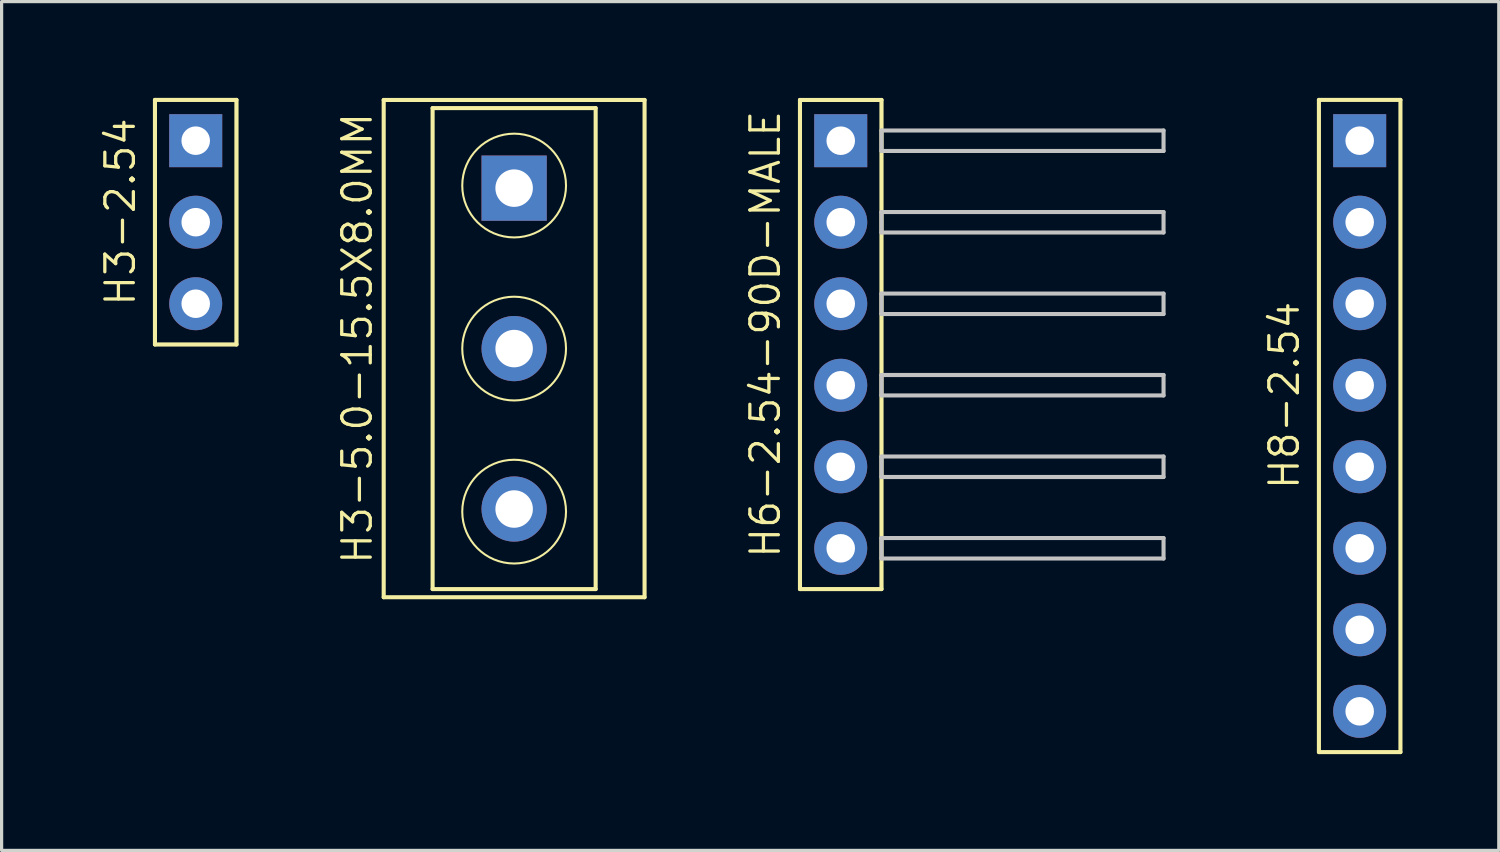
<source format=kicad_pcb>
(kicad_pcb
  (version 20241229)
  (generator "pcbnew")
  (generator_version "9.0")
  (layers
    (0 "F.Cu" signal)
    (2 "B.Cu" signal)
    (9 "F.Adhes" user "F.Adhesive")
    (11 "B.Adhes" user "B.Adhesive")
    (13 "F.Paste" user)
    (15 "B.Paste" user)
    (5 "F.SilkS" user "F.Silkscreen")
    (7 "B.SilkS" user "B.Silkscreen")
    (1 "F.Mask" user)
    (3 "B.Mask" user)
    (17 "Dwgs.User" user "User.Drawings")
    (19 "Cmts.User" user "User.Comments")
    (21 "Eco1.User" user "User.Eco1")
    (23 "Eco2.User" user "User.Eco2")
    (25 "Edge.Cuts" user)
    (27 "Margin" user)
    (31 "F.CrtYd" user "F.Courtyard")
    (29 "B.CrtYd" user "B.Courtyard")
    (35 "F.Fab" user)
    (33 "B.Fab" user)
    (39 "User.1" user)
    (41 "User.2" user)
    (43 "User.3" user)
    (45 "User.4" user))
  (footprint "H3-5.0-15.5X8.0MM"
    (layer "F.Cu")
    (at 12.969 7.811)
    (property "Reference" "H3-5.0-15.5X8.0MM" (at -4.889 -0.318 90) (layer "F.SilkS") (effects (font (size 0.889 0.889) (thickness 0.102))))
    (attr exclude_from_pos_files exclude_from_bom)
    (fp_line (start -4.064 -7.747) (end 4.064 -7.747) (stroke (width 0.066) (type solid)) (layer "F.SilkS"))
    (fp_line (start -4.064 -7.747) (end 4.064 -7.747) (stroke (width 0.127) (type solid)) (layer "F.SilkS"))
    (fp_line (start -4.064 7.747) (end -4.064 -7.747) (stroke (width 0.066) (type solid)) (layer "F.SilkS"))
    (fp_line (start -4.064 7.747) (end -4.064 -7.747) (stroke (width 0.127) (type solid)) (layer "F.SilkS"))
    (fp_line (start -4.064 7.747) (end 4.064 7.747) (stroke (width 0.066) (type solid)) (layer "F.SilkS"))
    (fp_line (start -2.54 -7.493) (end 2.54 -7.493) (stroke (width 0.127) (type solid)) (layer "F.SilkS"))
    (fp_line (start -2.54 7.493) (end -2.54 -7.493) (stroke (width 0.127) (type solid)) (layer "F.SilkS"))
    (fp_line (start 2.54 -7.493) (end 2.54 7.493) (stroke (width 0.127) (type solid)) (layer "F.SilkS"))
    (fp_line (start 2.54 7.493) (end -2.54 7.493) (stroke (width 0.127) (type solid)) (layer "F.SilkS"))
    (fp_line (start 4.064 -7.747) (end 4.064 7.747) (stroke (width 0.127) (type solid)) (layer "F.SilkS"))
    (fp_line (start 4.064 7.747) (end -4.064 7.747) (stroke (width 0.127) (type solid)) (layer "F.SilkS"))
    (fp_line (start 4.064 7.747) (end 4.064 -7.747) (stroke (width 0.066) (type solid)) (layer "F.SilkS"))
    (fp_circle (center 0 -5.08) (end -1.143 -6.223) (stroke (width 0.064) (type solid)) (fill no) (layer "F.SilkS"))
    (fp_circle (center 0 0) (end -1.143 1.143) (stroke (width 0.064) (type solid)) (fill no) (layer "F.SilkS"))
    (fp_circle (center 0 5.08) (end -1.143 6.223) (stroke (width 0.064) (type solid)) (fill no) (layer "F.SilkS"))
    (pad "1" thru_hole rect (at 0 -4.999) (size 2.032 2.032) (drill 1.168) (layers "*.Cu" "*.Paste" "*.Mask"))
    (pad "2" thru_hole circle (at 0 0) (size 2.032 2.032) (drill 1.168) (layers "*.Cu" "*.Paste" "*.Mask"))
    (pad "3" thru_hole circle (at 0 4.999) (size 2.032 2.032) (drill 1.168) (layers "*.Cu" "*.Paste" "*.Mask")))
  (footprint "H8-2.54"
    (layer "F.Cu")
    (at 39.314 10.223)
    (property "Reference" "H8-2.54" (at -2.349 -0.953 90) (layer "F.SilkS") (effects (font (size 0.889 0.889) (thickness 0.102))))
    (attr exclude_from_pos_files exclude_from_bom)
    (fp_line (start -1.27 -10.16) (end 1.27 -10.16) (stroke (width 0.066) (type solid)) (layer "F.SilkS"))
    (fp_line (start -1.27 -10.16) (end 1.27 -10.16) (stroke (width 0.127) (type solid)) (layer "F.SilkS"))
    (fp_line (start -1.27 10.16) (end -1.27 -10.16) (stroke (width 0.066) (type solid)) (layer "F.SilkS"))
    (fp_line (start -1.27 10.16) (end -1.27 -10.16) (stroke (width 0.127) (type solid)) (layer "F.SilkS"))
    (fp_line (start -1.27 10.16) (end 1.27 10.16) (stroke (width 0.066) (type solid)) (layer "F.SilkS"))
    (fp_line (start 1.27 -10.16) (end 1.27 10.16) (stroke (width 0.127) (type solid)) (layer "F.SilkS"))
    (fp_line (start 1.27 10.16) (end -1.27 10.16) (stroke (width 0.127) (type solid)) (layer "F.SilkS"))
    (fp_line (start 1.27 10.16) (end 1.27 -10.16) (stroke (width 0.066) (type solid)) (layer "F.SilkS"))
    (pad "1" thru_hole rect (at 0 -8.89) (size 1.651 1.651) (drill 0.889) (layers "*.Cu" "*.Paste" "*.Mask"))
    (pad "2" thru_hole circle (at 0 -6.35) (size 1.651 1.651) (drill 0.889) (layers "*.Cu" "*.Paste" "*.Mask"))
    (pad "3" thru_hole circle (at 0 -3.81) (size 1.651 1.651) (drill 0.889) (layers "*.Cu" "*.Paste" "*.Mask"))
    (pad "4" thru_hole circle (at 0 -1.27) (size 1.651 1.651) (drill 0.889) (layers "*.Cu" "*.Paste" "*.Mask"))
    (pad "5" thru_hole circle (at 0 1.27) (size 1.651 1.651) (drill 0.889) (layers "*.Cu" "*.Paste" "*.Mask"))
    (pad "6" thru_hole circle (at 0 3.81) (size 1.651 1.651) (drill 0.889) (layers "*.Cu" "*.Paste" "*.Mask"))
    (pad "7" thru_hole circle (at 0 6.35) (size 1.651 1.651) (drill 0.889) (layers "*.Cu" "*.Paste" "*.Mask"))
    (pad "8" thru_hole circle (at 0 8.89) (size 1.651 1.651) (drill 0.889) (layers "*.Cu" "*.Paste" "*.Mask")))
  (footprint "H6-2.54-90D-MALE"
    (layer "F.Cu")
    (at 23.145 7.684)
    (property "Reference" "H6-2.54-90D-MALE" (at -2.349 -0.318 90) (layer "F.SilkS") (effects (font (size 0.889 0.889) (thickness 0.102))))
    (attr exclude_from_pos_files exclude_from_bom)
    (fp_line (start -1.27 -7.62) (end 1.27 -7.62) (stroke (width 0.066) (type solid)) (layer "F.SilkS"))
    (fp_line (start -1.27 -7.62) (end 1.27 -7.62) (stroke (width 0.1) (type solid)) (layer "F.SilkS"))
    (fp_line (start -1.27 -7.62) (end 1.27 -7.62) (stroke (width 0.127) (type solid)) (layer "F.SilkS"))
    (fp_line (start -1.27 7.62) (end -1.27 -7.62) (stroke (width 0.066) (type solid)) (layer "F.SilkS"))
    (fp_line (start -1.27 7.62) (end -1.27 -7.62) (stroke (width 0.1) (type solid)) (layer "F.SilkS"))
    (fp_line (start -1.27 7.62) (end -1.27 -7.62) (stroke (width 0.127) (type solid)) (layer "F.SilkS"))
    (fp_line (start -1.27 7.62) (end 1.27 7.62) (stroke (width 0.066) (type solid)) (layer "F.SilkS"))
    (fp_line (start 1.27 -7.62) (end 1.27 7.62) (stroke (width 0.1) (type solid)) (layer "F.SilkS"))
    (fp_line (start 1.27 -7.62) (end 1.27 7.62) (stroke (width 0.127) (type solid)) (layer "F.SilkS"))
    (fp_line (start 1.27 7.62) (end -1.27 7.62) (stroke (width 0.1) (type solid)) (layer "F.SilkS"))
    (fp_line (start 1.27 7.62) (end -1.27 7.62) (stroke (width 0.127) (type solid)) (layer "F.SilkS"))
    (fp_line (start 1.27 7.62) (end 1.27 -7.62) (stroke (width 0.066) (type solid)) (layer "F.SilkS"))
    (fp_line (start 1.27 -6.668) (end 1.27 -6.03) (stroke (width 0.127) (type solid)) (layer "Dwgs.User"))
    (fp_line (start 1.27 -6.03) (end 10.058 -6.03) (stroke (width 0.127) (type solid)) (layer "Dwgs.User"))
    (fp_line (start 1.27 -4.128) (end 1.27 -3.49) (stroke (width 0.127) (type solid)) (layer "Dwgs.User"))
    (fp_line (start 1.27 -3.49) (end 10.058 -3.49) (stroke (width 0.127) (type solid)) (layer "Dwgs.User"))
    (fp_line (start 1.27 -1.587) (end 1.27 -0.95) (stroke (width 0.127) (type solid)) (layer "Dwgs.User"))
    (fp_line (start 1.27 -0.95) (end 10.058 -0.95) (stroke (width 0.127) (type solid)) (layer "Dwgs.User"))
    (fp_line (start 1.27 0.95) (end 1.27 1.587) (stroke (width 0.127) (type solid)) (layer "Dwgs.User"))
    (fp_line (start 1.27 1.587) (end 10.058 1.587) (stroke (width 0.127) (type solid)) (layer "Dwgs.User"))
    (fp_line (start 1.27 3.49) (end 1.27 4.128) (stroke (width 0.127) (type solid)) (layer "Dwgs.User"))
    (fp_line (start 1.27 4.128) (end 10.058 4.128) (stroke (width 0.127) (type solid)) (layer "Dwgs.User"))
    (fp_line (start 1.27 6.03) (end 1.27 6.668) (stroke (width 0.127) (type solid)) (layer "Dwgs.User"))
    (fp_line (start 1.27 6.668) (end 10.058 6.668) (stroke (width 0.127) (type solid)) (layer "Dwgs.User"))
    (fp_line (start 10.058 -6.668) (end 1.27 -6.668) (stroke (width 0.127) (type solid)) (layer "Dwgs.User"))
    (fp_line (start 10.058 -6.668) (end 10.058 -6.03) (stroke (width 0.127) (type solid)) (layer "Dwgs.User"))
    (fp_line (start 10.058 -4.128) (end 1.27 -4.128) (stroke (width 0.127) (type solid)) (layer "Dwgs.User"))
    (fp_line (start 10.058 -4.128) (end 10.058 -3.49) (stroke (width 0.127) (type solid)) (layer "Dwgs.User"))
    (fp_line (start 10.058 -1.587) (end 1.27 -1.587) (stroke (width 0.127) (type solid)) (layer "Dwgs.User"))
    (fp_line (start 10.058 -1.587) (end 10.058 -0.95) (stroke (width 0.127) (type solid)) (layer "Dwgs.User"))
    (fp_line (start 10.058 0.95) (end 1.27 0.95) (stroke (width 0.127) (type solid)) (layer "Dwgs.User"))
    (fp_line (start 10.058 0.95) (end 10.058 1.587) (stroke (width 0.127) (type solid)) (layer "Dwgs.User"))
    (fp_line (start 10.058 3.49) (end 1.27 3.49) (stroke (width 0.127) (type solid)) (layer "Dwgs.User"))
    (fp_line (start 10.058 3.49) (end 10.058 4.128) (stroke (width 0.127) (type solid)) (layer "Dwgs.User"))
    (fp_line (start 10.058 6.03) (end 1.27 6.03) (stroke (width 0.127) (type solid)) (layer "Dwgs.User"))
    (fp_line (start 10.058 6.03) (end 10.058 6.668) (stroke (width 0.127) (type solid)) (layer "Dwgs.User"))
    (pad "1" thru_hole rect (at 0 -6.35) (size 1.651 1.651) (drill 0.889) (layers "*.Cu" "*.Paste" "*.Mask"))
    (pad "2" thru_hole circle (at 0 -3.81) (size 1.651 1.651) (drill 0.889) (layers "*.Cu" "*.Paste" "*.Mask"))
    (pad "3" thru_hole circle (at 0 -1.27) (size 1.651 1.651) (drill 0.889) (layers "*.Cu" "*.Paste" "*.Mask"))
    (pad "4" thru_hole circle (at 0 1.27) (size 1.651 1.651) (drill 0.889) (layers "*.Cu" "*.Paste" "*.Mask"))
    (pad "5" thru_hole circle (at 0 3.81) (size 1.651 1.651) (drill 0.889) (layers "*.Cu" "*.Paste" "*.Mask"))
    (pad "6" thru_hole circle (at 0 6.35) (size 1.651 1.651) (drill 0.889) (layers "*.Cu" "*.Paste" "*.Mask")))
  (footprint "H3-2.54"
    (layer "F.Cu")
    (at 3.048 3.873)
    (property "Reference" "H3-2.54" (at -2.349 -0.318 90) (layer "F.SilkS") (effects (font (size 0.889 0.889) (thickness 0.102))))
    (attr exclude_from_pos_files exclude_from_bom)
    (fp_line (start -1.27 -3.81) (end 1.27 -3.81) (stroke (width 0.066) (type solid)) (layer "F.SilkS"))
    (fp_line (start -1.27 -3.81) (end 1.27 -3.81) (stroke (width 0.1) (type solid)) (layer "F.SilkS"))
    (fp_line (start -1.27 -3.81) (end 1.27 -3.81) (stroke (width 0.127) (type solid)) (layer "F.SilkS"))
    (fp_line (start -1.27 3.81) (end -1.27 -3.81) (stroke (width 0.066) (type solid)) (layer "F.SilkS"))
    (fp_line (start -1.27 3.81) (end -1.27 -3.81) (stroke (width 0.1) (type solid)) (layer "F.SilkS"))
    (fp_line (start -1.27 3.81) (end -1.27 -3.81) (stroke (width 0.127) (type solid)) (layer "F.SilkS"))
    (fp_line (start -1.27 3.81) (end 1.27 3.81) (stroke (width 0.066) (type solid)) (layer "F.SilkS"))
    (fp_line (start 1.27 -3.81) (end 1.27 3.81) (stroke (width 0.1) (type solid)) (layer "F.SilkS"))
    (fp_line (start 1.27 -3.81) (end 1.27 3.81) (stroke (width 0.127) (type solid)) (layer "F.SilkS"))
    (fp_line (start 1.27 3.81) (end -1.27 3.81) (stroke (width 0.1) (type solid)) (layer "F.SilkS"))
    (fp_line (start 1.27 3.81) (end -1.27 3.81) (stroke (width 0.127) (type solid)) (layer "F.SilkS"))
    (fp_line (start 1.27 3.81) (end 1.27 -3.81) (stroke (width 0.066) (type solid)) (layer "F.SilkS"))
    (pad "1" thru_hole rect (at 0 -2.54) (size 1.651 1.651) (drill 0.889) (layers "*.Cu" "*.Paste" "*.Mask"))
    (pad "2" thru_hole circle (at 0 0) (size 1.651 1.651) (drill 0.889) (layers "*.Cu" "*.Paste" "*.Mask"))
    (pad "3" thru_hole circle (at 0 2.54) (size 1.651 1.651) (drill 0.889) (layers "*.Cu" "*.Paste" "*.Mask")))
  (gr_rect
    (start -3 -3)
    (end 43.648 23.447)
    (stroke (width 0.1) (type default))
    (fill no)
    (layer "Edge.Cuts")))
</source>
